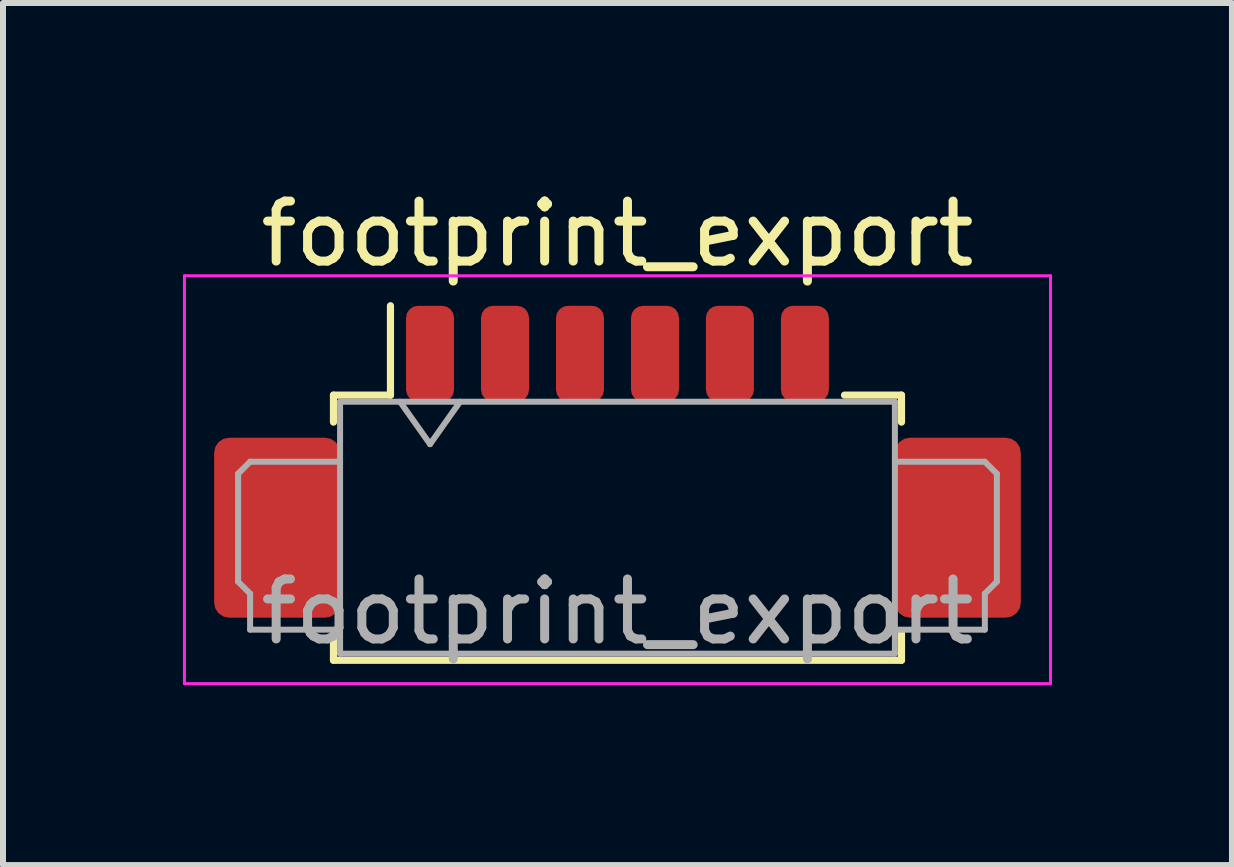
<source format=kicad_pcb>
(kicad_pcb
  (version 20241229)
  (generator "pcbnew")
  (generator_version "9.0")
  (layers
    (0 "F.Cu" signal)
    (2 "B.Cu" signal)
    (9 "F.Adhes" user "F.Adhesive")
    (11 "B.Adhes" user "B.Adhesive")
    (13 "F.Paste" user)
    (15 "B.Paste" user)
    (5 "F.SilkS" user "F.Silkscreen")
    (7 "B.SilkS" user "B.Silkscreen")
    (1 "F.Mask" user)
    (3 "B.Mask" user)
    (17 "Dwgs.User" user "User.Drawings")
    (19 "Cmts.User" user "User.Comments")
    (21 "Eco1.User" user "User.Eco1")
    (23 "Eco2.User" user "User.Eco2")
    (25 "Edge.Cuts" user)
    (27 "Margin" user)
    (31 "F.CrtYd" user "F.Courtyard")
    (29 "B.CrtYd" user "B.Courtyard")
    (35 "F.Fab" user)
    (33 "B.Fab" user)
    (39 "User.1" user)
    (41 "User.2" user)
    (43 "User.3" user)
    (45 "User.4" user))
  (footprint "footprint_export"
    (layer "F.Cu")
    (at 7.245 5.248)
    (property "Reference" "footprint_export" (at 0 -4.4 0) (layer "F.SilkS") (effects (font (size 1 1) (thickness 0.15))))
    (attr smd)
    (fp_line (start -4.735 -1.71) (end -3.785 -1.71) (stroke (width 0.12) (type solid)) (layer "F.SilkS"))
    (fp_line (start -4.735 -1.26) (end -4.735 -1.71) (stroke (width 0.12) (type solid)) (layer "F.SilkS"))
    (fp_line (start -4.735 2.26) (end -4.735 2.71) (stroke (width 0.12) (type solid)) (layer "F.SilkS"))
    (fp_line (start -4.735 2.71) (end 4.735 2.71) (stroke (width 0.12) (type solid)) (layer "F.SilkS"))
    (fp_line (start -3.785 -1.71) (end -3.785 -3.2) (stroke (width 0.12) (type solid)) (layer "F.SilkS"))
    (fp_line (start 4.735 -1.71) (end 3.785 -1.71) (stroke (width 0.12) (type solid)) (layer "F.SilkS"))
    (fp_line (start 4.735 -1.26) (end 4.735 -1.71) (stroke (width 0.12) (type solid)) (layer "F.SilkS"))
    (fp_line (start 4.735 2.71) (end 4.735 2.26) (stroke (width 0.12) (type solid)) (layer "F.SilkS"))
    (fp_line (start -7.22 -3.7) (end -7.22 3.1) (stroke (width 0.05) (type solid)) (layer "F.CrtYd"))
    (fp_line (start -7.22 3.1) (end 7.22 3.1) (stroke (width 0.05) (type solid)) (layer "F.CrtYd"))
    (fp_line (start 7.22 -3.7) (end -7.22 -3.7) (stroke (width 0.05) (type solid)) (layer "F.CrtYd"))
    (fp_line (start 7.22 3.1) (end 7.22 -3.7) (stroke (width 0.05) (type solid)) (layer "F.CrtYd"))
    (fp_line (start -6.325 -0.4) (end -6.325 1.4) (stroke (width 0.1) (type solid)) (layer "F.Fab"))
    (fp_line (start -6.325 1.4) (end -6.125 1.6) (stroke (width 0.1) (type solid)) (layer "F.Fab"))
    (fp_line (start -6.125 -0.6) (end -6.325 -0.4) (stroke (width 0.1) (type solid)) (layer "F.Fab"))
    (fp_line (start -6.125 1.6) (end -6.125 2.2) (stroke (width 0.1) (type solid)) (layer "F.Fab"))
    (fp_line (start -6.125 2.2) (end -4.625 2.2) (stroke (width 0.1) (type solid)) (layer "F.Fab"))
    (fp_line (start -4.625 -1.6) (end -4.625 2.6) (stroke (width 0.1) (type solid)) (layer "F.Fab"))
    (fp_line (start -4.625 -1.6) (end 4.625 -1.6) (stroke (width 0.1) (type solid)) (layer "F.Fab"))
    (fp_line (start -4.625 -0.6) (end -6.125 -0.6) (stroke (width 0.1) (type solid)) (layer "F.Fab"))
    (fp_line (start -4.625 2.6) (end 4.625 2.6) (stroke (width 0.1) (type solid)) (layer "F.Fab"))
    (fp_line (start -3.625 -1.6) (end -3.125 -0.893) (stroke (width 0.1) (type solid)) (layer "F.Fab"))
    (fp_line (start -3.125 -0.893) (end -2.625 -1.6) (stroke (width 0.1) (type solid)) (layer "F.Fab"))
    (fp_line (start 4.625 -1.6) (end 4.625 2.6) (stroke (width 0.1) (type solid)) (layer "F.Fab"))
    (fp_line (start 4.625 -0.6) (end 6.125 -0.6) (stroke (width 0.1) (type solid)) (layer "F.Fab"))
    (fp_line (start 6.125 -0.6) (end 6.325 -0.4) (stroke (width 0.1) (type solid)) (layer "F.Fab"))
    (fp_line (start 6.125 1.6) (end 6.125 2.2) (stroke (width 0.1) (type solid)) (layer "F.Fab"))
    (fp_line (start 6.125 2.2) (end 4.625 2.2) (stroke (width 0.1) (type solid)) (layer "F.Fab"))
    (fp_line (start 6.325 -0.4) (end 6.325 1.4) (stroke (width 0.1) (type solid)) (layer "F.Fab"))
    (fp_line (start 6.325 1.4) (end 6.125 1.6) (stroke (width 0.1) (type solid)) (layer "F.Fab"))
    (fp_text user "${REFERENCE}" (at 0 1.9 0) (layer "F.Fab") (effects (font (size 1 1) (thickness 0.15))))
    (pad "1" smd roundrect (at -3.125 -2.4) (size 0.8 1.6) (layers "F.Cu" "F.Mask" "F.Paste") (roundrect_rratio 0.25))
    (pad "2" smd roundrect (at -1.875 -2.4) (size 0.8 1.6) (layers "F.Cu" "F.Mask" "F.Paste") (roundrect_rratio 0.25))
    (pad "3" smd roundrect (at -0.625 -2.4) (size 0.8 1.6) (layers "F.Cu" "F.Mask" "F.Paste") (roundrect_rratio 0.25))
    (pad "4" smd roundrect (at 0.625 -2.4) (size 0.8 1.6) (layers "F.Cu" "F.Mask" "F.Paste") (roundrect_rratio 0.25))
    (pad "5" smd roundrect (at 1.875 -2.4) (size 0.8 1.6) (layers "F.Cu" "F.Mask" "F.Paste") (roundrect_rratio 0.25))
    (pad "6" smd roundrect (at 3.125 -2.4) (size 0.8 1.6) (layers "F.Cu" "F.Mask" "F.Paste") (roundrect_rratio 0.25))
    (pad "MP" smd roundrect (at -5.675 0.5) (size 2.1 3) (layers "F.Cu" "F.Mask" "F.Paste") (roundrect_rratio 0.119))
    (pad "MP" smd roundrect (at 5.675 0.5) (size 2.1 3) (layers "F.Cu" "F.Mask" "F.Paste") (roundrect_rratio 0.119)))
  (gr_rect
    (start -3 -3)
    (end 17.49 11.373)
    (stroke (width 0.1) (type default))
    (fill no)
    (layer "Edge.Cuts")))
</source>
